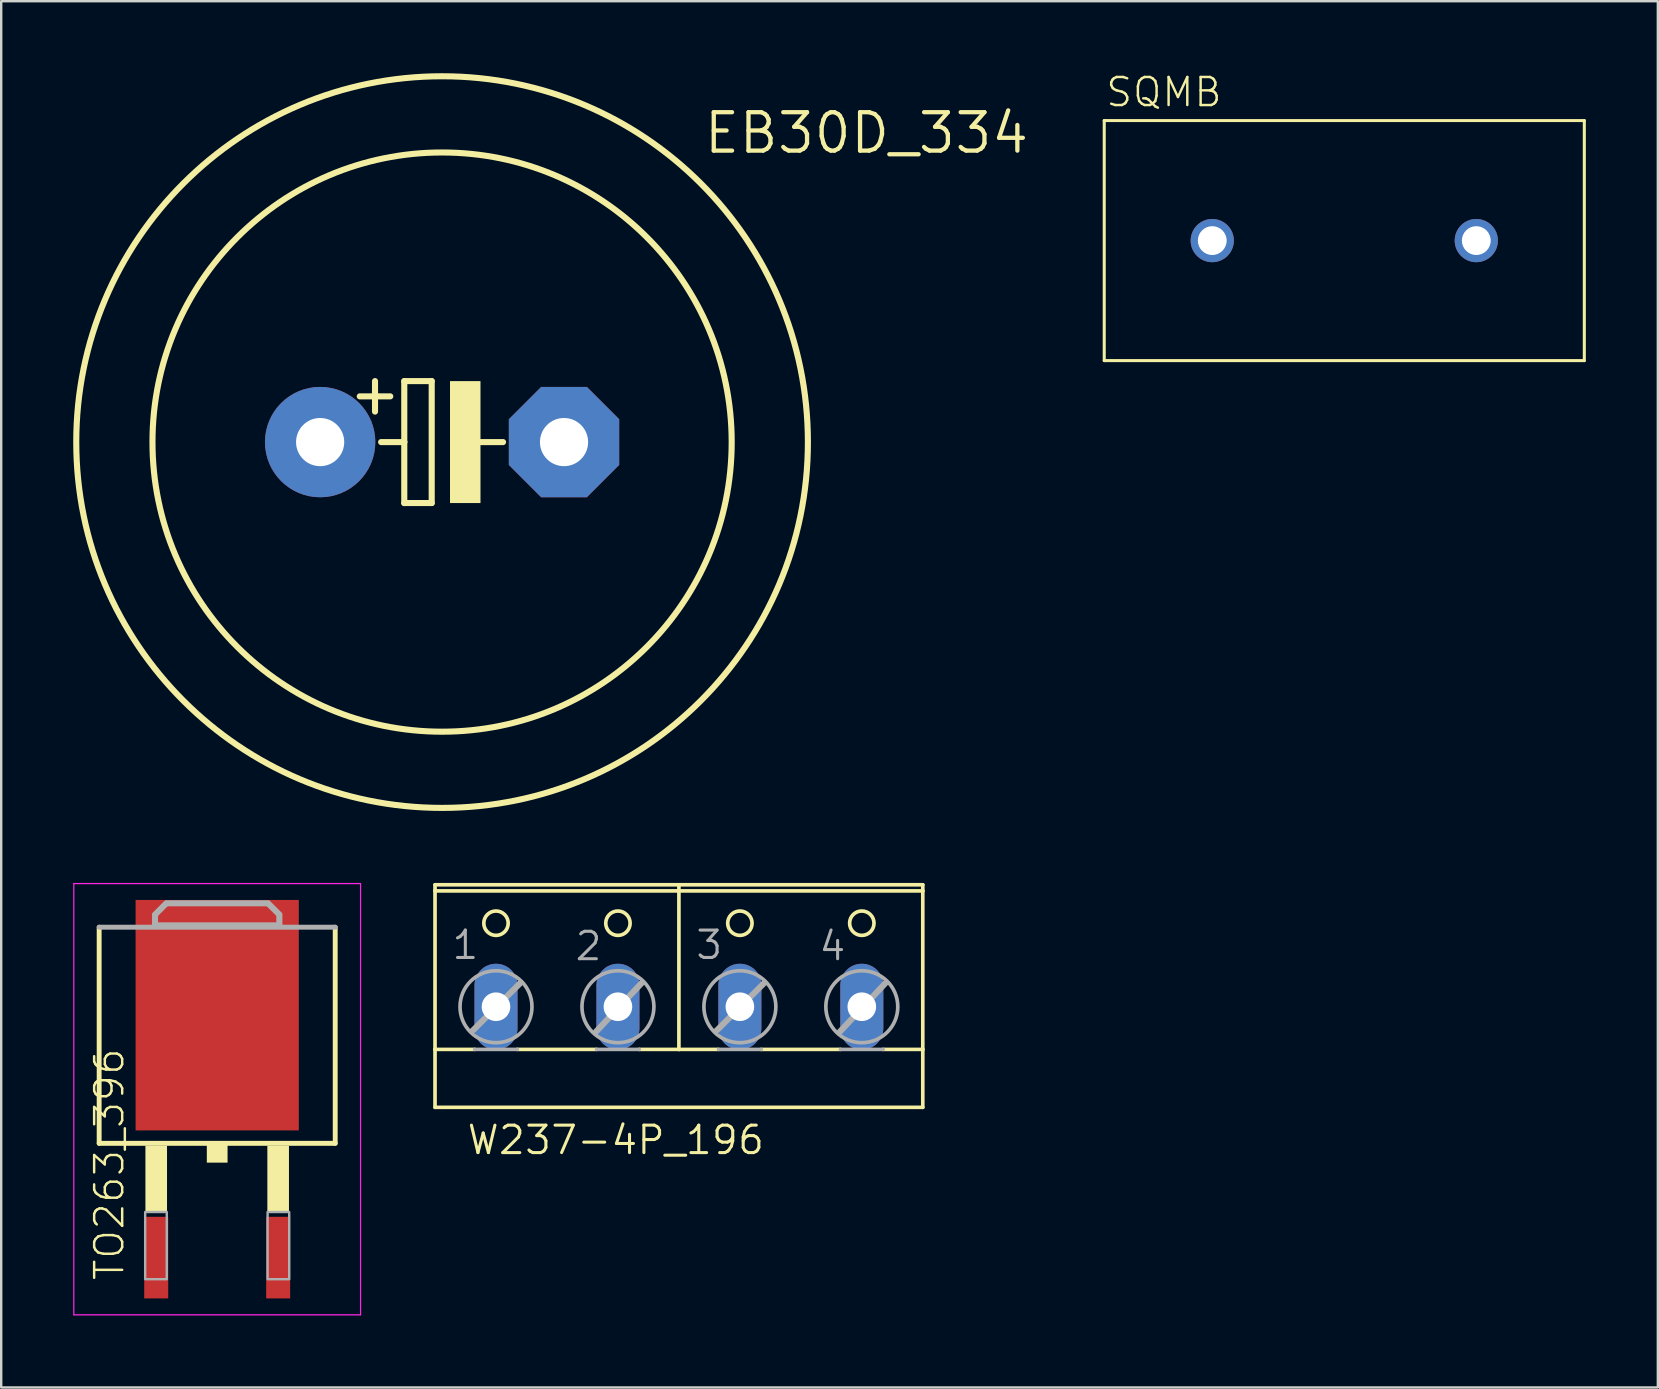
<source format=kicad_pcb>
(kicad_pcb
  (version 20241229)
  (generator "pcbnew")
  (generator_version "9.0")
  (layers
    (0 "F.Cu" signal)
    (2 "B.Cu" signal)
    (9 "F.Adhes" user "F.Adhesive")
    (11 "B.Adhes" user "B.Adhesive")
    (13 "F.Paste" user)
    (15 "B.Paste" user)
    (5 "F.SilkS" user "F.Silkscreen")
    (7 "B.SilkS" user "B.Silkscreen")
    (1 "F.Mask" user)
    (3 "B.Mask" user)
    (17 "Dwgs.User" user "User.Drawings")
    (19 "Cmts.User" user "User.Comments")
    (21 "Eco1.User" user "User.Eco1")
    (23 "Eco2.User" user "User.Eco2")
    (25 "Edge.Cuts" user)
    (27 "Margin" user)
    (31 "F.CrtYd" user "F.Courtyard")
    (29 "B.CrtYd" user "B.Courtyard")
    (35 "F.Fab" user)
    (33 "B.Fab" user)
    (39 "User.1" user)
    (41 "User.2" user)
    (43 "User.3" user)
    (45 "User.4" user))
  (footprint "TO263_396"
    (layer "F.Cu")
    (at 5.998 42.742)
    (property "Reference" "TO263_396" (at -3.81 7.62 90) (unlocked yes) (layer "F.SilkS") (effects (font (size 1.168 1.168) (thickness 0.102)) (justify left bottom)))
    (fp_line (start -4.917 1.839) (end -4.917 -7.165) (stroke (width 0.203) (type solid)) (layer "F.SilkS"))
    (fp_line (start 4.917 -7.165) (end 4.917 1.839) (stroke (width 0.203) (type solid)) (layer "F.SilkS"))
    (fp_line (start 4.917 1.839) (end -4.917 1.839) (stroke (width 0.203) (type solid)) (layer "F.SilkS"))
    (fp_poly (pts (xy -2.99 4.74) (xy -2.09 4.74) (xy -2.09 1.94) (xy -2.99 1.94)) (stroke (width 0) (type default)) (fill yes) (layer "F.SilkS"))
    (fp_poly (pts (xy -0.432 2.643) (xy 0.432 2.643) (xy 0.432 1.881) (xy -0.432 1.881)) (stroke (width 0) (type default)) (fill yes) (layer "F.SilkS"))
    (fp_poly (pts (xy 2.09 4.74) (xy 2.99 4.74) (xy 2.99 1.94) (xy 2.09 1.94)) (stroke (width 0) (type default)) (fill yes) (layer "F.SilkS"))
    (fp_line (start -5.973 -8.983) (end 5.973 -8.983) (stroke (width 0.051) (type solid)) (layer "F.CrtYd"))
    (fp_line (start -5.973 8.983) (end -5.973 -8.983) (stroke (width 0.051) (type solid)) (layer "F.CrtYd"))
    (fp_line (start 5.973 -8.983) (end 5.973 8.983) (stroke (width 0.051) (type solid)) (layer "F.CrtYd"))
    (fp_line (start 5.973 8.983) (end -5.973 8.983) (stroke (width 0.051) (type solid)) (layer "F.CrtYd"))
    (fp_line (start -4.917 -7.165) (end 4.917 -7.165) (stroke (width 0.203) (type solid)) (layer "F.Fab"))
    (fp_line (start -2.565 -7.678) (end -2.108 -8.135) (stroke (width 0.203) (type solid)) (layer "F.Fab"))
    (fp_line (start -2.565 -7.267) (end -2.565 -7.678) (stroke (width 0.203) (type solid)) (layer "F.Fab"))
    (fp_line (start -2.108 -8.135) (end 2.108 -8.135) (stroke (width 0.203) (type solid)) (layer "F.Fab"))
    (fp_line (start 2.108 -8.135) (end 2.565 -7.678) (stroke (width 0.203) (type solid)) (layer "F.Fab"))
    (fp_line (start 2.565 -7.678) (end 2.565 -7.267) (stroke (width 0.203) (type solid)) (layer "F.Fab"))
    (fp_line (start 2.565 -7.267) (end -2.565 -7.267) (stroke (width 0.203) (type solid)) (layer "F.Fab"))
    (fp_poly (pts (xy -3 7.5) (xy -2.1 7.5) (xy -2.1 4.7) (xy -3 4.7)) (stroke (width 0.1) (type default)) (fill no) (layer "F.Fab"))
    (fp_poly (pts (xy 2.1 7.5) (xy 3 7.5) (xy 3 4.7) (xy 2.1 4.7)) (stroke (width 0.1) (type default)) (fill no) (layer "F.Fab"))
    (fp_poly (pts (xy 2.667 -7.72) (xy 2.667 -7.165) (xy -2.667 -7.165) (xy -2.667 -7.72) (xy -2.15 -8.237) (xy 2.15 -8.237)) (stroke (width 0.1) (type default)) (fill no) (layer "F.Fab"))
    (pad "1" smd rect (at -2.54 6.6) (size 1 3.4) (layers "F.Cu" "F.Mask" "F.Paste"))
    (pad "2" smd rect (at 2.54 6.6) (size 1 3.4) (layers "F.Cu" "F.Mask" "F.Paste"))
    (pad "3" smd rect (at 0 -3.5) (size 6.8 9.6) (layers "F.Cu" "F.Mask" "F.Paste")))
  (footprint "SQMB"
    (layer "F.Cu")
    (at 52.952 6.973)
    (property "Reference" "SQMB" (at -10 -5.5 0) (unlocked yes) (layer "F.SilkS") (effects (font (size 1.168 1.168) (thickness 0.102)) (justify left bottom)))
    (fp_line (start -10 -5) (end -10 5) (stroke (width 0.127) (type solid)) (layer "F.SilkS"))
    (fp_line (start -10 5) (end 10 5) (stroke (width 0.127) (type solid)) (layer "F.SilkS"))
    (fp_line (start 10 -5) (end -10 -5) (stroke (width 0.127) (type solid)) (layer "F.SilkS"))
    (fp_line (start 10 5) (end 10 -5) (stroke (width 0.127) (type solid)) (layer "F.SilkS"))
    (pad "P$1" thru_hole circle (at -5.5 0) (size 1.8 1.8) (drill 1.2) (layers "*.Cu" "*.Mask"))
    (pad "P$2" thru_hole circle (at 5.5 0) (size 1.8 1.8) (drill 1.2) (layers "*.Cu" "*.Mask")))
  (footprint "EB30D_334"
    (layer "F.Cu")
    (at 15.367 15.367)
    (property "Reference" "EB30D_334" (at 10.82 -11.938 0) (unlocked yes) (layer "F.SilkS") (effects (font (size 1.6 1.6) (thickness 0.178)) (justify left bottom)))
    (fp_line (start -2.794 -2.54) (end -2.794 -1.27) (stroke (width 0.254) (type solid)) (layer "F.SilkS"))
    (fp_line (start -2.54 0) (end -1.575 0) (stroke (width 0.254) (type solid)) (layer "F.SilkS"))
    (fp_line (start -2.159 -1.905) (end -3.429 -1.905) (stroke (width 0.254) (type solid)) (layer "F.SilkS"))
    (fp_line (start -1.575 -2.54) (end -0.432 -2.54) (stroke (width 0.254) (type solid)) (layer "F.SilkS"))
    (fp_line (start -1.575 0) (end -1.575 -2.54) (stroke (width 0.254) (type solid)) (layer "F.SilkS"))
    (fp_line (start -1.575 2.54) (end -1.575 0) (stroke (width 0.254) (type solid)) (layer "F.SilkS"))
    (fp_line (start -0.432 -2.54) (end -0.432 2.54) (stroke (width 0.254) (type solid)) (layer "F.SilkS"))
    (fp_line (start -0.432 2.54) (end -1.575 2.54) (stroke (width 0.254) (type solid)) (layer "F.SilkS"))
    (fp_line (start 0.635 0) (end 2.54 0) (stroke (width 0.254) (type solid)) (layer "F.SilkS"))
    (fp_circle (center 0 0) (end 12.065 0) (stroke (width 0.254) (type solid)) (fill no) (layer "F.SilkS"))
    (fp_circle (center 0 0) (end 15.24 0) (stroke (width 0.254) (type solid)) (fill no) (layer "F.SilkS"))
    (fp_poly (pts (xy 0.33 2.54) (xy 1.6 2.54) (xy 1.6 -2.54) (xy 0.33 -2.54)) (stroke (width 0) (type default)) (fill yes) (layer "F.SilkS"))
    (pad "+" thru_hole circle (at -5.08 0) (size 4.597 4.597) (drill 2.007) (layers "*.Cu" "*.Mask"))
    (pad "-" thru_hole roundrect (at 5.08 0) (size 4.597 4.597) (drill 2.007) (layers "*.Cu" "*.Mask") (roundrect_rratio 0.25) (chamfer_ratio 0.293) (chamfer top_left top_right bottom_left bottom_right)))
  (footprint "W237-4P_196"
    (layer "F.Cu")
    (at 25.233 38.255)
    (property "Reference" "W237-4P_196" (at -8.89 6.858 0) (unlocked yes) (layer "F.SilkS") (effects (font (size 1.143 1.143) (thickness 0.127)) (justify left bottom)))
    (fp_line (start -10.16 -4.191) (end -10.16 -4.445) (stroke (width 0.152) (type solid)) (layer "F.SilkS"))
    (fp_line (start -10.16 -4.191) (end 10.16 -4.191) (stroke (width 0.152) (type solid)) (layer "F.SilkS"))
    (fp_line (start -10.16 2.413) (end -10.16 -4.191) (stroke (width 0.152) (type solid)) (layer "F.SilkS"))
    (fp_line (start -10.16 2.413) (end -8.509 2.413) (stroke (width 0.152) (type solid)) (layer "F.SilkS"))
    (fp_line (start -10.16 4.826) (end -10.16 2.413) (stroke (width 0.152) (type solid)) (layer "F.SilkS"))
    (fp_line (start -10.16 4.826) (end 10.16 4.826) (stroke (width 0.152) (type solid)) (layer "F.SilkS"))
    (fp_line (start -6.731 2.413) (end -3.429 2.413) (stroke (width 0.152) (type solid)) (layer "F.SilkS"))
    (fp_line (start -1.651 2.413) (end 0 2.413) (stroke (width 0.152) (type solid)) (layer "F.SilkS"))
    (fp_line (start 0 -4.445) (end -10.16 -4.445) (stroke (width 0.152) (type solid)) (layer "F.SilkS"))
    (fp_line (start 0 -4.445) (end 0 2.413) (stroke (width 0.152) (type solid)) (layer "F.SilkS"))
    (fp_line (start 0 2.413) (end 1.651 2.413) (stroke (width 0.152) (type solid)) (layer "F.SilkS"))
    (fp_line (start 3.429 2.413) (end 6.731 2.413) (stroke (width 0.152) (type solid)) (layer "F.SilkS"))
    (fp_line (start 8.509 2.413) (end 10.16 2.413) (stroke (width 0.152) (type solid)) (layer "F.SilkS"))
    (fp_line (start 10.16 -4.445) (end 0 -4.445) (stroke (width 0.152) (type solid)) (layer "F.SilkS"))
    (fp_line (start 10.16 -4.445) (end 10.16 -4.191) (stroke (width 0.152) (type solid)) (layer "F.SilkS"))
    (fp_line (start 10.16 -4.191) (end 10.16 2.413) (stroke (width 0.152) (type solid)) (layer "F.SilkS"))
    (fp_line (start 10.16 2.413) (end 10.16 4.826) (stroke (width 0.152) (type solid)) (layer "F.SilkS"))
    (fp_circle (center -7.62 -2.845) (end -7.112 -2.845) (stroke (width 0.152) (type solid)) (fill no) (layer "F.SilkS"))
    (fp_circle (center -2.54 -2.845) (end -2.032 -2.845) (stroke (width 0.152) (type solid)) (fill no) (layer "F.SilkS"))
    (fp_circle (center 2.54 -2.845) (end 3.048 -2.845) (stroke (width 0.152) (type solid)) (fill no) (layer "F.SilkS"))
    (fp_circle (center 7.62 -2.845) (end 8.128 -2.845) (stroke (width 0.152) (type solid)) (fill no) (layer "F.SilkS"))
    (fp_line (start -8.611 1.651) (end -6.604 -0.356) (stroke (width 0.254) (type solid)) (layer "F.Fab"))
    (fp_line (start -8.509 2.413) (end -6.731 2.413) (stroke (width 0.152) (type solid)) (layer "F.Fab"))
    (fp_line (start -3.454 1.676) (end -1.549 -0.356) (stroke (width 0.254) (type solid)) (layer "F.Fab"))
    (fp_line (start -3.429 2.413) (end -1.651 2.413) (stroke (width 0.152) (type solid)) (layer "F.Fab"))
    (fp_line (start 1.549 1.651) (end 3.556 -0.356) (stroke (width 0.254) (type solid)) (layer "F.Fab"))
    (fp_line (start 1.651 2.413) (end 3.429 2.413) (stroke (width 0.152) (type solid)) (layer "F.Fab"))
    (fp_line (start 6.706 1.676) (end 8.611 -0.356) (stroke (width 0.254) (type solid)) (layer "F.Fab"))
    (fp_line (start 6.731 2.413) (end 8.509 2.413) (stroke (width 0.152) (type solid)) (layer "F.Fab"))
    (fp_circle (center -7.62 0.635) (end -6.121 0.635) (stroke (width 0.152) (type solid)) (fill no) (layer "F.Fab"))
    (fp_circle (center -2.54 0.635) (end -1.041 0.635) (stroke (width 0.152) (type solid)) (fill no) (layer "F.Fab"))
    (fp_circle (center 2.54 0.635) (end 4.039 0.635) (stroke (width 0.152) (type solid)) (fill no) (layer "F.Fab"))
    (fp_circle (center 7.62 0.635) (end 9.119 0.635) (stroke (width 0.152) (type solid)) (fill no) (layer "F.Fab"))
    (fp_text user "4" (at 5.766 -1.219 0) (unlocked yes) (layer "F.Fab") (effects (font (size 1.143 1.143) (thickness 0.127)) (justify left bottom)))
    (fp_text user "3" (at 0.635 -1.27 0) (unlocked yes) (layer "F.Fab") (effects (font (size 1.143 1.143) (thickness 0.127)) (justify left bottom)))
    (fp_text user "2" (at -4.394 -1.219 0) (unlocked yes) (layer "F.Fab") (effects (font (size 1.143 1.143) (thickness 0.127)) (justify left bottom)))
    (fp_text user "1" (at -9.525 -1.27 0) (unlocked yes) (layer "F.Fab") (effects (font (size 1.143 1.143) (thickness 0.127)) (justify left bottom)))
    (pad "1" thru_hole oval (at -7.62 0.635 90) (size 3.581 1.791) (drill 1.194) (layers "*.Cu" "*.Mask"))
    (pad "2" thru_hole oval (at -2.54 0.635 90) (size 3.581 1.791) (drill 1.194) (layers "*.Cu" "*.Mask"))
    (pad "3" thru_hole oval (at 2.54 0.635 90) (size 3.581 1.791) (drill 1.194) (layers "*.Cu" "*.Mask"))
    (pad "4" thru_hole oval (at 7.62 0.635 90) (size 3.581 1.791) (drill 1.194) (layers "*.Cu" "*.Mask")))
  (gr_rect
    (start -3 -3)
    (end 66.015 54.751)
    (stroke (width 0.1) (type default))
    (fill no)
    (layer "Edge.Cuts")))
</source>
